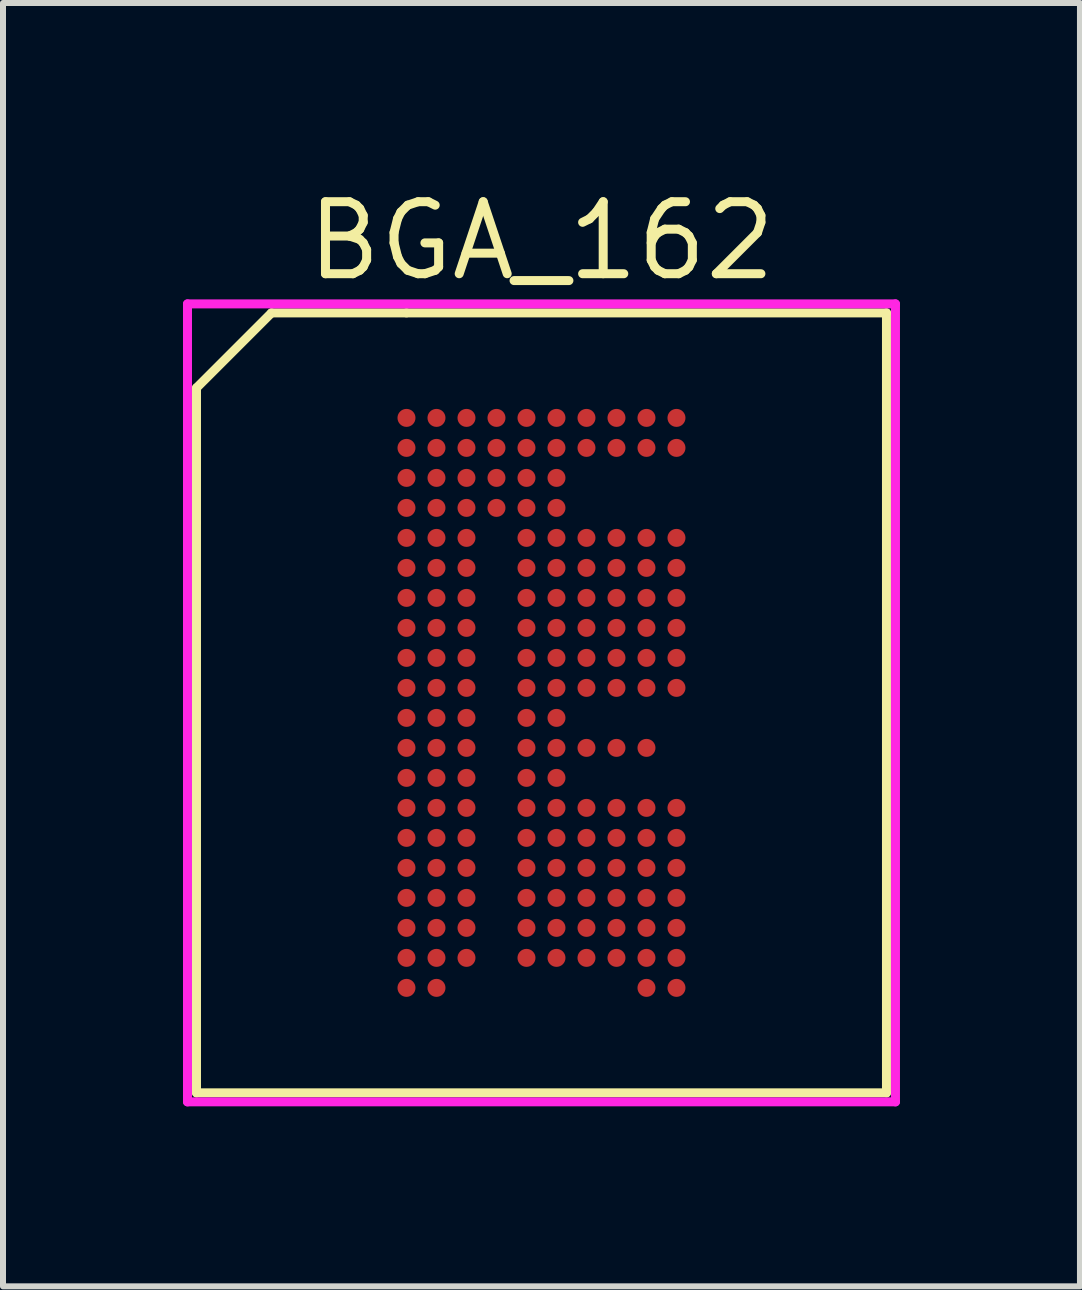
<source format=kicad_pcb>
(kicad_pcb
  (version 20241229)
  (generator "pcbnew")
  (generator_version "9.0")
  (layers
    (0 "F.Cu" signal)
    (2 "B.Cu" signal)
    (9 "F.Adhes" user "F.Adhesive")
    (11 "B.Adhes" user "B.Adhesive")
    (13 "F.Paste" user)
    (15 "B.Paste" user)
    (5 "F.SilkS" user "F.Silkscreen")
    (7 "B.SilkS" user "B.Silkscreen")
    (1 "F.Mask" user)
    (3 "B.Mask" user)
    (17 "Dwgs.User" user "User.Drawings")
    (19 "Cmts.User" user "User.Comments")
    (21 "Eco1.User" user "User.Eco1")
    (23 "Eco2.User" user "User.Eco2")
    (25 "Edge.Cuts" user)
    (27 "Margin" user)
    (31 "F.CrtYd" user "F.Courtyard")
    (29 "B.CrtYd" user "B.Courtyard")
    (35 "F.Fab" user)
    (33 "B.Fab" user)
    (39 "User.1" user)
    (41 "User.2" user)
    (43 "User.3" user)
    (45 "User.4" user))
  (footprint "BGA_162"
    (layer "F.Cu")
    (at 5.975 8.665)
    (property "Reference" "BGA_162" (at 0 -7.7 0) (layer "F.SilkS") (effects (font (size 1.2 1.2) (thickness 0.15))))
    (attr through_hole)
    (fp_line (start -5.75 -5.25) (end -4.5 -6.5) (stroke (width 0.15) (type solid)) (layer "F.SilkS"))
    (fp_line (start -5.75 -3) (end -5.75 -5.25) (stroke (width 0.15) (type solid)) (layer "F.SilkS"))
    (fp_line (start -5.75 -3) (end -5.75 6.5) (stroke (width 0.15) (type solid)) (layer "F.SilkS"))
    (fp_line (start -5.75 6.5) (end 5.75 6.5) (stroke (width 0.15) (type solid)) (layer "F.SilkS"))
    (fp_line (start -4.5 -6.5) (end -2.25 -6.5) (stroke (width 0.15) (type solid)) (layer "F.SilkS"))
    (fp_line (start 5.75 -6.5) (end -2.25 -6.5) (stroke (width 0.15) (type solid)) (layer "F.SilkS"))
    (fp_line (start 5.75 6.5) (end 5.75 -6.5) (stroke (width 0.15) (type solid)) (layer "F.SilkS"))
    (fp_line (start -5.9 -6.65) (end 5.9 -6.65) (stroke (width 0.15) (type solid)) (layer "F.CrtYd"))
    (fp_line (start -5.9 6.65) (end -5.9 -6.65) (stroke (width 0.15) (type solid)) (layer "F.CrtYd"))
    (fp_line (start 5.9 -6.65) (end 5.9 6.65) (stroke (width 0.15) (type solid)) (layer "F.CrtYd"))
    (fp_line (start 5.9 6.65) (end -5.9 6.65) (stroke (width 0.15) (type solid)) (layer "F.CrtYd"))
    (pad "A1" smd circle (at -2.25 -4.75) (size 0.3 0.3) (layers "F.Cu" "F.Mask" "F.Paste"))
    (pad "A2" smd circle (at -1.75 -4.75) (size 0.3 0.3) (layers "F.Cu" "F.Mask" "F.Paste"))
    (pad "A3" smd circle (at -1.25 -4.75) (size 0.3 0.3) (layers "F.Cu" "F.Mask" "F.Paste"))
    (pad "A4" smd circle (at -0.75 -4.75) (size 0.3 0.3) (layers "F.Cu" "F.Mask" "F.Paste"))
    (pad "A5" smd circle (at -0.25 -4.75) (size 0.3 0.3) (layers "F.Cu" "F.Mask" "F.Paste"))
    (pad "A6" smd circle (at 0.25 -4.75) (size 0.3 0.3) (layers "F.Cu" "F.Mask" "F.Paste"))
    (pad "A7" smd circle (at 0.75 -4.75) (size 0.3 0.3) (layers "F.Cu" "F.Mask" "F.Paste"))
    (pad "A8" smd circle (at 1.25 -4.75) (size 0.3 0.3) (layers "F.Cu" "F.Mask" "F.Paste"))
    (pad "A9" smd circle (at 1.75 -4.75) (size 0.3 0.3) (layers "F.Cu" "F.Mask" "F.Paste"))
    (pad "A10" smd circle (at 2.25 -4.75) (size 0.3 0.3) (layers "F.Cu" "F.Mask" "F.Paste"))
    (pad "B1" smd circle (at -2.25 -4.25) (size 0.3 0.3) (layers "F.Cu" "F.Mask" "F.Paste"))
    (pad "B2" smd circle (at -1.75 -4.25) (size 0.3 0.3) (layers "F.Cu" "F.Mask" "F.Paste"))
    (pad "B3" smd circle (at -1.25 -4.25) (size 0.3 0.3) (layers "F.Cu" "F.Mask" "F.Paste"))
    (pad "B4" smd circle (at -0.75 -4.25) (size 0.3 0.3) (layers "F.Cu" "F.Mask" "F.Paste"))
    (pad "B5" smd circle (at -0.25 -4.25) (size 0.3 0.3) (layers "F.Cu" "F.Mask" "F.Paste"))
    (pad "B6" smd circle (at 0.25 -4.25) (size 0.3 0.3) (layers "F.Cu" "F.Mask" "F.Paste"))
    (pad "B7" smd circle (at 0.75 -4.25) (size 0.3 0.3) (layers "F.Cu" "F.Mask" "F.Paste"))
    (pad "B8" smd circle (at 1.25 -4.25) (size 0.3 0.3) (layers "F.Cu" "F.Mask" "F.Paste"))
    (pad "B9" smd circle (at 1.75 -4.25) (size 0.3 0.3) (layers "F.Cu" "F.Mask" "F.Paste"))
    (pad "B10" smd circle (at 2.25 -4.25) (size 0.3 0.3) (layers "F.Cu" "F.Mask" "F.Paste"))
    (pad "C1" smd circle (at -2.25 -3.75) (size 0.3 0.3) (layers "F.Cu" "F.Mask" "F.Paste"))
    (pad "C2" smd circle (at -1.75 -3.75) (size 0.3 0.3) (layers "F.Cu" "F.Mask" "F.Paste"))
    (pad "C3" smd circle (at -1.25 -3.75) (size 0.3 0.3) (layers "F.Cu" "F.Mask" "F.Paste"))
    (pad "C4" smd circle (at -0.75 -3.75) (size 0.3 0.3) (layers "F.Cu" "F.Mask" "F.Paste"))
    (pad "C5" smd circle (at -0.25 -3.75) (size 0.3 0.3) (layers "F.Cu" "F.Mask" "F.Paste"))
    (pad "C6" smd circle (at 0.25 -3.75) (size 0.3 0.3) (layers "F.Cu" "F.Mask" "F.Paste"))
    (pad "D1" smd circle (at -2.25 -3.25) (size 0.3 0.3) (layers "F.Cu" "F.Mask" "F.Paste"))
    (pad "D2" smd circle (at -1.75 -3.25) (size 0.3 0.3) (layers "F.Cu" "F.Mask" "F.Paste"))
    (pad "D3" smd circle (at -1.25 -3.25) (size 0.3 0.3) (layers "F.Cu" "F.Mask" "F.Paste"))
    (pad "D4" smd circle (at -0.75 -3.25) (size 0.3 0.3) (layers "F.Cu" "F.Mask" "F.Paste"))
    (pad "D5" smd circle (at -0.25 -3.25) (size 0.3 0.3) (layers "F.Cu" "F.Mask" "F.Paste"))
    (pad "D6" smd circle (at 0.25 -3.25) (size 0.3 0.3) (layers "F.Cu" "F.Mask" "F.Paste"))
    (pad "E1" smd circle (at -2.25 -2.75) (size 0.3 0.3) (layers "F.Cu" "F.Mask" "F.Paste"))
    (pad "E2" smd circle (at -1.75 -2.75) (size 0.3 0.3) (layers "F.Cu" "F.Mask" "F.Paste"))
    (pad "E3" smd circle (at -1.25 -2.75) (size 0.3 0.3) (layers "F.Cu" "F.Mask" "F.Paste"))
    (pad "E5" smd circle (at -0.25 -2.75) (size 0.3 0.3) (layers "F.Cu" "F.Mask" "F.Paste"))
    (pad "E6" smd circle (at 0.25 -2.75) (size 0.3 0.3) (layers "F.Cu" "F.Mask" "F.Paste"))
    (pad "E7" smd circle (at 0.75 -2.75) (size 0.3 0.3) (layers "F.Cu" "F.Mask" "F.Paste"))
    (pad "E8" smd circle (at 1.25 -2.75) (size 0.3 0.3) (layers "F.Cu" "F.Mask" "F.Paste"))
    (pad "E9" smd circle (at 1.75 -2.75) (size 0.3 0.3) (layers "F.Cu" "F.Mask" "F.Paste"))
    (pad "E10" smd circle (at 2.25 -2.75) (size 0.3 0.3) (layers "F.Cu" "F.Mask" "F.Paste"))
    (pad "F1" smd circle (at -2.25 -2.25) (size 0.3 0.3) (layers "F.Cu" "F.Mask" "F.Paste"))
    (pad "F2" smd circle (at -1.75 -2.25) (size 0.3 0.3) (layers "F.Cu" "F.Mask" "F.Paste"))
    (pad "F3" smd circle (at -1.25 -2.25) (size 0.3 0.3) (layers "F.Cu" "F.Mask" "F.Paste"))
    (pad "F5" smd circle (at -0.25 -2.25) (size 0.3 0.3) (layers "F.Cu" "F.Mask" "F.Paste"))
    (pad "F6" smd circle (at 0.25 -2.25) (size 0.3 0.3) (layers "F.Cu" "F.Mask" "F.Paste"))
    (pad "F7" smd circle (at 0.75 -2.25) (size 0.3 0.3) (layers "F.Cu" "F.Mask" "F.Paste"))
    (pad "F8" smd circle (at 1.25 -2.25) (size 0.3 0.3) (layers "F.Cu" "F.Mask" "F.Paste"))
    (pad "F9" smd circle (at 1.75 -2.25) (size 0.3 0.3) (layers "F.Cu" "F.Mask" "F.Paste"))
    (pad "F10" smd circle (at 2.25 -2.25) (size 0.3 0.3) (layers "F.Cu" "F.Mask" "F.Paste"))
    (pad "G1" smd circle (at -2.25 -1.75) (size 0.3 0.3) (layers "F.Cu" "F.Mask" "F.Paste"))
    (pad "G2" smd circle (at -1.75 -1.75) (size 0.3 0.3) (layers "F.Cu" "F.Mask" "F.Paste"))
    (pad "G3" smd circle (at -1.25 -1.75) (size 0.3 0.3) (layers "F.Cu" "F.Mask" "F.Paste"))
    (pad "G5" smd circle (at -0.25 -1.75) (size 0.3 0.3) (layers "F.Cu" "F.Mask" "F.Paste"))
    (pad "G6" smd circle (at 0.25 -1.75) (size 0.3 0.3) (layers "F.Cu" "F.Mask" "F.Paste"))
    (pad "G7" smd circle (at 0.75 -1.75) (size 0.3 0.3) (layers "F.Cu" "F.Mask" "F.Paste"))
    (pad "G8" smd circle (at 1.25 -1.75) (size 0.3 0.3) (layers "F.Cu" "F.Mask" "F.Paste"))
    (pad "G9" smd circle (at 1.75 -1.75) (size 0.3 0.3) (layers "F.Cu" "F.Mask" "F.Paste"))
    (pad "G10" smd circle (at 2.25 -1.75) (size 0.3 0.3) (layers "F.Cu" "F.Mask" "F.Paste"))
    (pad "H1" smd circle (at -2.25 -1.25) (size 0.3 0.3) (layers "F.Cu" "F.Mask" "F.Paste"))
    (pad "H2" smd circle (at -1.75 -1.25) (size 0.3 0.3) (layers "F.Cu" "F.Mask" "F.Paste"))
    (pad "H3" smd circle (at -1.25 -1.25) (size 0.3 0.3) (layers "F.Cu" "F.Mask" "F.Paste"))
    (pad "H5" smd circle (at -0.25 -1.25) (size 0.3 0.3) (layers "F.Cu" "F.Mask" "F.Paste"))
    (pad "H6" smd circle (at 0.25 -1.25) (size 0.3 0.3) (layers "F.Cu" "F.Mask" "F.Paste"))
    (pad "H7" smd circle (at 0.75 -1.25) (size 0.3 0.3) (layers "F.Cu" "F.Mask" "F.Paste"))
    (pad "H8" smd circle (at 1.25 -1.25) (size 0.3 0.3) (layers "F.Cu" "F.Mask" "F.Paste"))
    (pad "H9" smd circle (at 1.75 -1.25) (size 0.3 0.3) (layers "F.Cu" "F.Mask" "F.Paste"))
    (pad "H10" smd circle (at 2.25 -1.25) (size 0.3 0.3) (layers "F.Cu" "F.Mask" "F.Paste"))
    (pad "J1" smd circle (at -2.25 -0.75) (size 0.3 0.3) (layers "F.Cu" "F.Mask" "F.Paste"))
    (pad "J2" smd circle (at -1.75 -0.75) (size 0.3 0.3) (layers "F.Cu" "F.Mask" "F.Paste"))
    (pad "J3" smd circle (at -1.25 -0.75) (size 0.3 0.3) (layers "F.Cu" "F.Mask" "F.Paste"))
    (pad "J5" smd circle (at -0.25 -0.75) (size 0.3 0.3) (layers "F.Cu" "F.Mask" "F.Paste"))
    (pad "J6" smd circle (at 0.25 -0.75) (size 0.3 0.3) (layers "F.Cu" "F.Mask" "F.Paste"))
    (pad "J7" smd circle (at 0.75 -0.75) (size 0.3 0.3) (layers "F.Cu" "F.Mask" "F.Paste"))
    (pad "J8" smd circle (at 1.25 -0.75) (size 0.3 0.3) (layers "F.Cu" "F.Mask" "F.Paste"))
    (pad "J9" smd circle (at 1.75 -0.75) (size 0.3 0.3) (layers "F.Cu" "F.Mask" "F.Paste"))
    (pad "J10" smd circle (at 2.25 -0.75) (size 0.3 0.3) (layers "F.Cu" "F.Mask" "F.Paste"))
    (pad "K1" smd circle (at -2.25 -0.25) (size 0.3 0.3) (layers "F.Cu" "F.Mask" "F.Paste"))
    (pad "K2" smd circle (at -1.75 -0.25) (size 0.3 0.3) (layers "F.Cu" "F.Mask" "F.Paste"))
    (pad "K3" smd circle (at -1.25 -0.25) (size 0.3 0.3) (layers "F.Cu" "F.Mask" "F.Paste"))
    (pad "K5" smd circle (at -0.25 -0.25) (size 0.3 0.3) (layers "F.Cu" "F.Mask" "F.Paste"))
    (pad "K6" smd circle (at 0.25 -0.25) (size 0.3 0.3) (layers "F.Cu" "F.Mask" "F.Paste"))
    (pad "K7" smd circle (at 0.75 -0.25) (size 0.3 0.3) (layers "F.Cu" "F.Mask" "F.Paste"))
    (pad "K8" smd circle (at 1.25 -0.25) (size 0.3 0.3) (layers "F.Cu" "F.Mask" "F.Paste"))
    (pad "K9" smd circle (at 1.75 -0.25) (size 0.3 0.3) (layers "F.Cu" "F.Mask" "F.Paste"))
    (pad "K10" smd circle (at 2.25 -0.25) (size 0.3 0.3) (layers "F.Cu" "F.Mask" "F.Paste"))
    (pad "L1" smd circle (at -2.25 0.25) (size 0.3 0.3) (layers "F.Cu" "F.Mask" "F.Paste"))
    (pad "L2" smd circle (at -1.75 0.25) (size 0.3 0.3) (layers "F.Cu" "F.Mask" "F.Paste"))
    (pad "L3" smd circle (at -1.25 0.25) (size 0.3 0.3) (layers "F.Cu" "F.Mask" "F.Paste"))
    (pad "L5" smd circle (at -0.25 0.25) (size 0.3 0.3) (layers "F.Cu" "F.Mask" "F.Paste"))
    (pad "L6" smd circle (at 0.25 0.25) (size 0.3 0.3) (layers "F.Cu" "F.Mask" "F.Paste"))
    (pad "M1" smd circle (at -2.25 0.75) (size 0.3 0.3) (layers "F.Cu" "F.Mask" "F.Paste"))
    (pad "M2" smd circle (at -1.75 0.75) (size 0.3 0.3) (layers "F.Cu" "F.Mask" "F.Paste"))
    (pad "M3" smd circle (at -1.25 0.75) (size 0.3 0.3) (layers "F.Cu" "F.Mask" "F.Paste"))
    (pad "M5" smd circle (at -0.25 0.75) (size 0.3 0.3) (layers "F.Cu" "F.Mask" "F.Paste"))
    (pad "M6" smd circle (at 0.25 0.75) (size 0.3 0.3) (layers "F.Cu" "F.Mask" "F.Paste"))
    (pad "M7" smd circle (at 0.75 0.75) (size 0.3 0.3) (layers "F.Cu" "F.Mask" "F.Paste"))
    (pad "M8" smd circle (at 1.25 0.75) (size 0.3 0.3) (layers "F.Cu" "F.Mask" "F.Paste"))
    (pad "M9" smd circle (at 1.75 0.75) (size 0.3 0.3) (layers "F.Cu" "F.Mask" "F.Paste"))
    (pad "N1" smd circle (at -2.25 1.25) (size 0.3 0.3) (layers "F.Cu" "F.Mask" "F.Paste"))
    (pad "N2" smd circle (at -1.75 1.25) (size 0.3 0.3) (layers "F.Cu" "F.Mask" "F.Paste"))
    (pad "N3" smd circle (at -1.25 1.25) (size 0.3 0.3) (layers "F.Cu" "F.Mask" "F.Paste"))
    (pad "N5" smd circle (at -0.25 1.25) (size 0.3 0.3) (layers "F.Cu" "F.Mask" "F.Paste"))
    (pad "N6" smd circle (at 0.25 1.25) (size 0.3 0.3) (layers "F.Cu" "F.Mask" "F.Paste"))
    (pad "P1" smd circle (at -2.25 1.75) (size 0.3 0.3) (layers "F.Cu" "F.Mask" "F.Paste"))
    (pad "P2" smd circle (at -1.75 1.75) (size 0.3 0.3) (layers "F.Cu" "F.Mask" "F.Paste"))
    (pad "P3" smd circle (at -1.25 1.75) (size 0.3 0.3) (layers "F.Cu" "F.Mask" "F.Paste"))
    (pad "P5" smd circle (at -0.25 1.75) (size 0.3 0.3) (layers "F.Cu" "F.Mask" "F.Paste"))
    (pad "P6" smd circle (at 0.25 1.75) (size 0.3 0.3) (layers "F.Cu" "F.Mask" "F.Paste"))
    (pad "P7" smd circle (at 0.75 1.75) (size 0.3 0.3) (layers "F.Cu" "F.Mask" "F.Paste"))
    (pad "P8" smd circle (at 1.25 1.75) (size 0.3 0.3) (layers "F.Cu" "F.Mask" "F.Paste"))
    (pad "P9" smd circle (at 1.75 1.75) (size 0.3 0.3) (layers "F.Cu" "F.Mask" "F.Paste"))
    (pad "P10" smd circle (at 2.25 1.75) (size 0.3 0.3) (layers "F.Cu" "F.Mask" "F.Paste"))
    (pad "R1" smd circle (at -2.25 2.25) (size 0.3 0.3) (layers "F.Cu" "F.Mask" "F.Paste"))
    (pad "R2" smd circle (at -1.75 2.25) (size 0.3 0.3) (layers "F.Cu" "F.Mask" "F.Paste"))
    (pad "R3" smd circle (at -1.25 2.25) (size 0.3 0.3) (layers "F.Cu" "F.Mask" "F.Paste"))
    (pad "R5" smd circle (at -0.25 2.25) (size 0.3 0.3) (layers "F.Cu" "F.Mask" "F.Paste"))
    (pad "R6" smd circle (at 0.25 2.25) (size 0.3 0.3) (layers "F.Cu" "F.Mask" "F.Paste"))
    (pad "R7" smd circle (at 0.75 2.25) (size 0.3 0.3) (layers "F.Cu" "F.Mask" "F.Paste"))
    (pad "R8" smd circle (at 1.25 2.25) (size 0.3 0.3) (layers "F.Cu" "F.Mask" "F.Paste"))
    (pad "R9" smd circle (at 1.75 2.25) (size 0.3 0.3) (layers "F.Cu" "F.Mask" "F.Paste"))
    (pad "R10" smd circle (at 2.25 2.25) (size 0.3 0.3) (layers "F.Cu" "F.Mask" "F.Paste"))
    (pad "T1" smd circle (at -2.25 2.75) (size 0.3 0.3) (layers "F.Cu" "F.Mask" "F.Paste"))
    (pad "T2" smd circle (at -1.75 2.75) (size 0.3 0.3) (layers "F.Cu" "F.Mask" "F.Paste"))
    (pad "T3" smd circle (at -1.25 2.75) (size 0.3 0.3) (layers "F.Cu" "F.Mask" "F.Paste"))
    (pad "T5" smd circle (at -0.25 2.75) (size 0.3 0.3) (layers "F.Cu" "F.Mask" "F.Paste"))
    (pad "T6" smd circle (at 0.25 2.75) (size 0.3 0.3) (layers "F.Cu" "F.Mask" "F.Paste"))
    (pad "T7" smd circle (at 0.75 2.75) (size 0.3 0.3) (layers "F.Cu" "F.Mask" "F.Paste"))
    (pad "T8" smd circle (at 1.25 2.75) (size 0.3 0.3) (layers "F.Cu" "F.Mask" "F.Paste"))
    (pad "T9" smd circle (at 1.75 2.75) (size 0.3 0.3) (layers "F.Cu" "F.Mask" "F.Paste"))
    (pad "T10" smd circle (at 2.25 2.75) (size 0.3 0.3) (layers "F.Cu" "F.Mask" "F.Paste"))
    (pad "U1" smd circle (at -2.25 3.25) (size 0.3 0.3) (layers "F.Cu" "F.Mask" "F.Paste"))
    (pad "U2" smd circle (at -1.75 3.25) (size 0.3 0.3) (layers "F.Cu" "F.Mask" "F.Paste"))
    (pad "U3" smd circle (at -1.25 3.25) (size 0.3 0.3) (layers "F.Cu" "F.Mask" "F.Paste"))
    (pad "U5" smd circle (at -0.25 3.25) (size 0.3 0.3) (layers "F.Cu" "F.Mask" "F.Paste"))
    (pad "U6" smd circle (at 0.25 3.25) (size 0.3 0.3) (layers "F.Cu" "F.Mask" "F.Paste"))
    (pad "U7" smd circle (at 0.75 3.25) (size 0.3 0.3) (layers "F.Cu" "F.Mask" "F.Paste"))
    (pad "U8" smd circle (at 1.25 3.25) (size 0.3 0.3) (layers "F.Cu" "F.Mask" "F.Paste"))
    (pad "U9" smd circle (at 1.75 3.25) (size 0.3 0.3) (layers "F.Cu" "F.Mask" "F.Paste"))
    (pad "U10" smd circle (at 2.25 3.25) (size 0.3 0.3) (layers "F.Cu" "F.Mask" "F.Paste"))
    (pad "V1" smd circle (at -2.25 3.75) (size 0.3 0.3) (layers "F.Cu" "F.Mask" "F.Paste"))
    (pad "V2" smd circle (at -1.75 3.75) (size 0.3 0.3) (layers "F.Cu" "F.Mask" "F.Paste"))
    (pad "V3" smd circle (at -1.25 3.75) (size 0.3 0.3) (layers "F.Cu" "F.Mask" "F.Paste"))
    (pad "V5" smd circle (at -0.25 3.75) (size 0.3 0.3) (layers "F.Cu" "F.Mask" "F.Paste"))
    (pad "V6" smd circle (at 0.25 3.75) (size 0.3 0.3) (layers "F.Cu" "F.Mask" "F.Paste"))
    (pad "V7" smd circle (at 0.75 3.75) (size 0.3 0.3) (layers "F.Cu" "F.Mask" "F.Paste"))
    (pad "V8" smd circle (at 1.25 3.75) (size 0.3 0.3) (layers "F.Cu" "F.Mask" "F.Paste"))
    (pad "V9" smd circle (at 1.75 3.75) (size 0.3 0.3) (layers "F.Cu" "F.Mask" "F.Paste"))
    (pad "V10" smd circle (at 2.25 3.75) (size 0.3 0.3) (layers "F.Cu" "F.Mask" "F.Paste"))
    (pad "W1" smd circle (at -2.25 4.25) (size 0.3 0.3) (layers "F.Cu" "F.Mask" "F.Paste"))
    (pad "W2" smd circle (at -1.75 4.25) (size 0.3 0.3) (layers "F.Cu" "F.Mask" "F.Paste"))
    (pad "W3" smd circle (at -1.25 4.25) (size 0.3 0.3) (layers "F.Cu" "F.Mask" "F.Paste"))
    (pad "W5" smd circle (at -0.25 4.25) (size 0.3 0.3) (layers "F.Cu" "F.Mask" "F.Paste"))
    (pad "W6" smd circle (at 0.25 4.25) (size 0.3 0.3) (layers "F.Cu" "F.Mask" "F.Paste"))
    (pad "W7" smd circle (at 0.75 4.25) (size 0.3 0.3) (layers "F.Cu" "F.Mask" "F.Paste"))
    (pad "W8" smd circle (at 1.25 4.25) (size 0.3 0.3) (layers "F.Cu" "F.Mask" "F.Paste"))
    (pad "W9" smd circle (at 1.75 4.25) (size 0.3 0.3) (layers "F.Cu" "F.Mask" "F.Paste"))
    (pad "W10" smd circle (at 2.25 4.25) (size 0.3 0.3) (layers "F.Cu" "F.Mask" "F.Paste"))
    (pad "Y1" smd circle (at -2.25 4.75) (size 0.3 0.3) (layers "F.Cu" "F.Mask" "F.Paste"))
    (pad "Y2" smd circle (at -1.75 4.75) (size 0.3 0.3) (layers "F.Cu" "F.Mask" "F.Paste"))
    (pad "Y9" smd circle (at 1.75 4.75) (size 0.3 0.3) (layers "F.Cu" "F.Mask" "F.Paste"))
    (pad "Y10" smd circle (at 2.25 4.75) (size 0.3 0.3) (layers "F.Cu" "F.Mask" "F.Paste")))
  (gr_rect
    (start -3 -3)
    (end 14.95 18.39)
    (stroke (width 0.1) (type default))
    (fill no)
    (layer "Edge.Cuts")))
</source>
